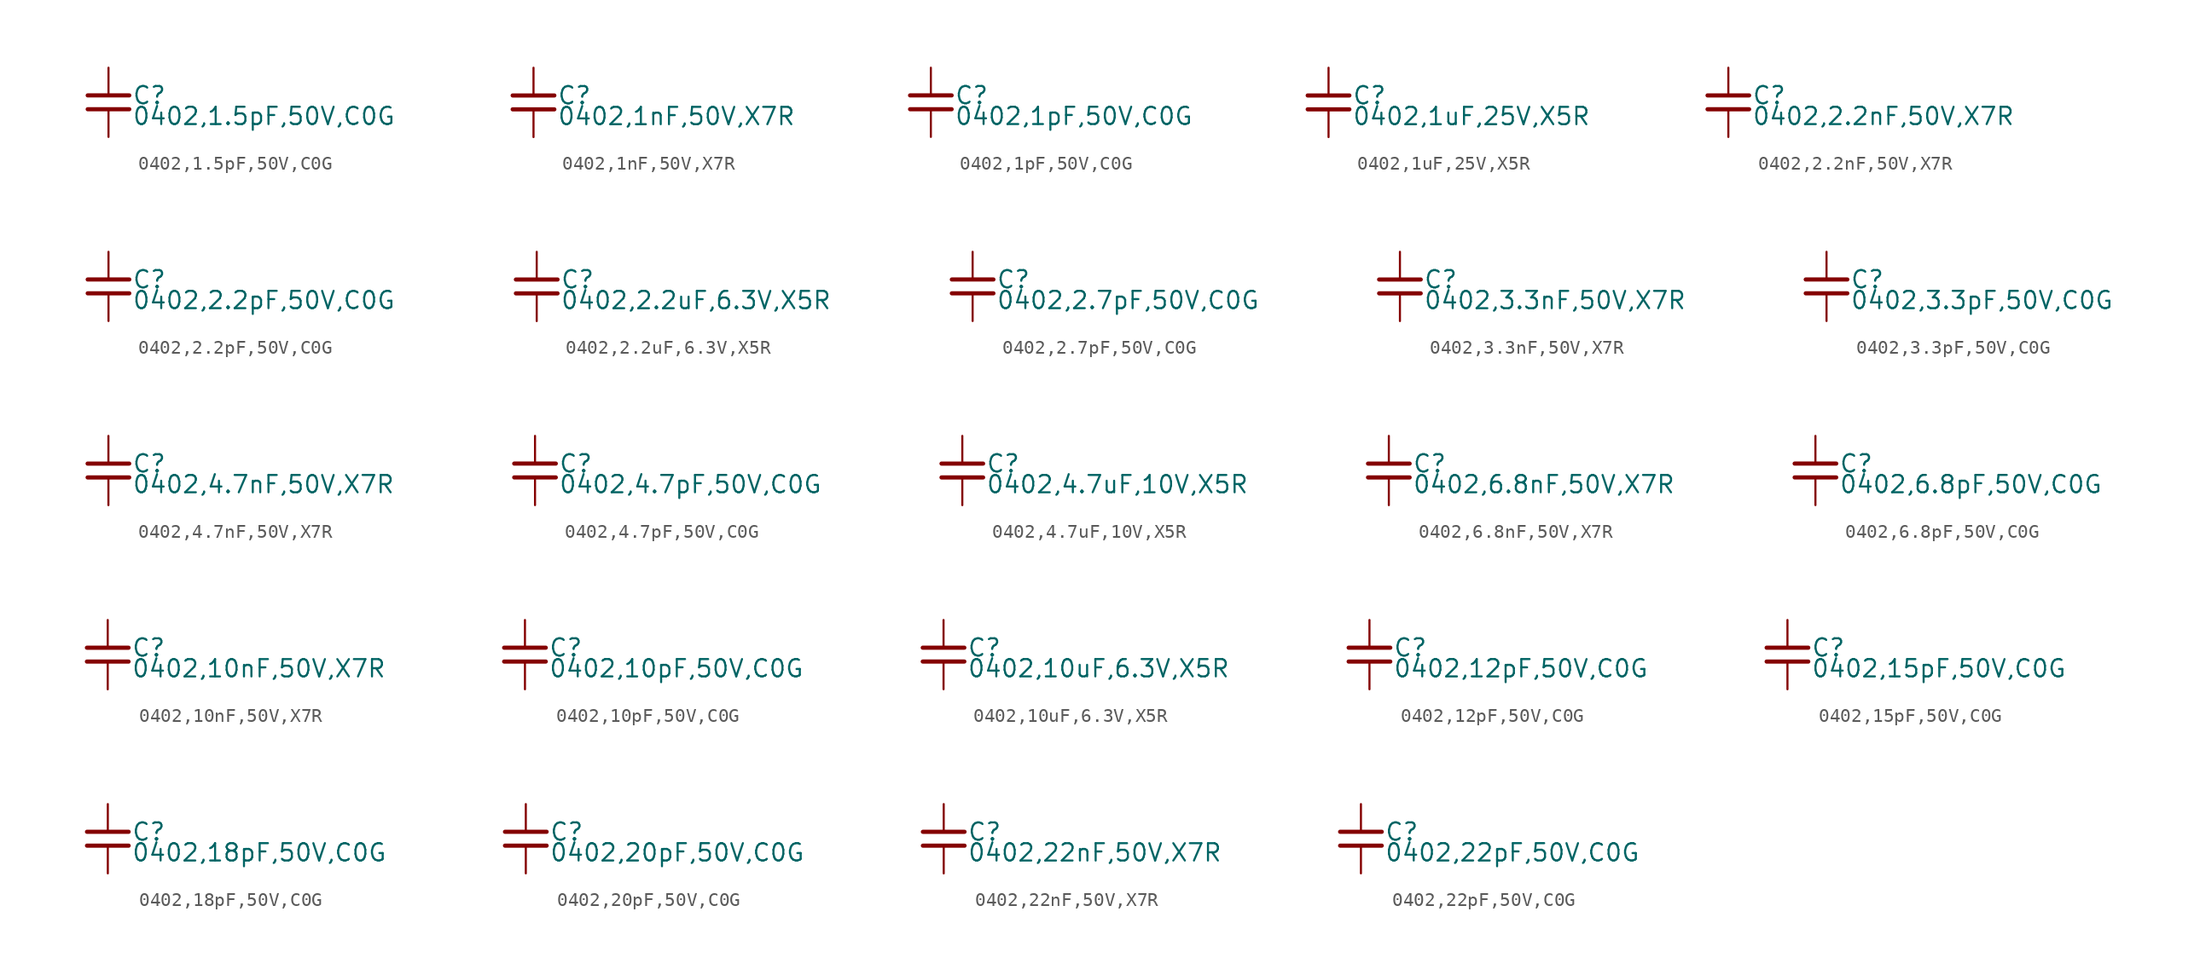
<source format=kicad_sym>
(kicad_symbol_lib
  (version 20220914)
  (generator kicad_symbol_editor)
  (symbol "0402,1.5pF,50V,C0G "
    (property "Reference" "C"
      (at 1.71 0.508 0)
      (effects (font (size 1.27 1.27)) (justify left)))
    (property "Value" "0402,1.5pF,50V,C0G "
      (at 1.71 -1.016 0)
      (effects (font (size 1.27 1.27)) (justify left)))
    (symbol "0402,1.5pF,50V,C0G _0_0"
      (polyline (pts (xy -1.524 -0.508) (xy 1.524 -0.508)) (stroke (width 0.305) (type default)) (fill (type none)))
      (polyline (pts (xy -1.524 0.508) (xy 1.524 0.508)) (stroke (width 0.305) (type default)) (fill (type none)))
      (pin passive line (at 0 2.54 270) (length 2.032) (name "~" (effects (font (size 0 0)))) (number "1" (effects (font (size 0 0)))))
      (pin passive line (at 0 -2.54 90) (length 2.032) (name "~" (effects (font (size 0 0)))) (number "2" (effects (font (size 0 0)))))))
  (symbol "0402,1nF,50V,X7R "
    (property "Reference" "C"
      (at 1.71 0.508 0)
      (effects (font (size 1.27 1.27)) (justify left)))
    (property "Value" "0402,1nF,50V,X7R "
      (at 1.71 -1.016 0)
      (effects (font (size 1.27 1.27)) (justify left)))
    (property "ki_locked" ""
      (at 0 0 0)
      (effects (font (size 1.27 1.27))))
    (symbol "0402,1nF,50V,X7R _0_0"
      (polyline (pts (xy -1.524 -0.508) (xy 1.524 -0.508)) (stroke (width 0.305) (type default)) (fill (type none)))
      (polyline (pts (xy -1.524 0.508) (xy 1.524 0.508)) (stroke (width 0.305) (type default)) (fill (type none)))
      (pin passive line (at 0 2.54 270) (length 2.032) (name "~" (effects (font (size 0 0)))) (number "1" (effects (font (size 0 0)))))
      (pin passive line (at 0 -2.54 90) (length 2.032) (name "~" (effects (font (size 0 0)))) (number "2" (effects (font (size 0 0)))))))
  (symbol "0402,1pF,50V,C0G "
    (property "Reference" "C"
      (at 1.71 0.508 0)
      (effects (font (size 1.27 1.27)) (justify left)))
    (property "Value" "0402,1pF,50V,C0G "
      (at 1.71 -1.016 0)
      (effects (font (size 1.27 1.27)) (justify left)))
    (property "ki_locked" ""
      (at 0 0 0)
      (effects (font (size 1.27 1.27))))
    (symbol "0402,1pF,50V,C0G _0_0"
      (polyline (pts (xy -1.524 -0.508) (xy 1.524 -0.508)) (stroke (width 0.305) (type default)) (fill (type none)))
      (polyline (pts (xy -1.524 0.508) (xy 1.524 0.508)) (stroke (width 0.305) (type default)) (fill (type none)))
      (pin passive line (at 0 2.54 270) (length 2.032) (name "~" (effects (font (size 0 0)))) (number "1" (effects (font (size 0 0)))))
      (pin passive line (at 0 -2.54 90) (length 2.032) (name "~" (effects (font (size 0 0)))) (number "2" (effects (font (size 0 0)))))))
  (symbol "0402,1uF,25V,X5R "
    (property "Reference" "C"
      (at 1.71 0.508 0)
      (effects (font (size 1.27 1.27)) (justify left)))
    (property "Value" "0402,1uF,25V,X5R "
      (at 1.71 -1.016 0)
      (effects (font (size 1.27 1.27)) (justify left)))
    (property "ki_locked" ""
      (at 0 0 0)
      (effects (font (size 1.27 1.27))))
    (symbol "0402,1uF,25V,X5R _0_0"
      (polyline (pts (xy -1.524 -0.508) (xy 1.524 -0.508)) (stroke (width 0.305) (type default)) (fill (type none)))
      (polyline (pts (xy -1.524 0.508) (xy 1.524 0.508)) (stroke (width 0.305) (type default)) (fill (type none)))
      (pin passive line (at 0 2.54 270) (length 2.032) (name "~" (effects (font (size 0 0)))) (number "1" (effects (font (size 0 0)))))
      (pin passive line (at 0 -2.54 90) (length 2.032) (name "~" (effects (font (size 0 0)))) (number "2" (effects (font (size 0 0)))))))
  (symbol "0402,2.2nF,50V,X7R "
    (property "Reference" "C"
      (at 1.71 0.508 0)
      (effects (font (size 1.27 1.27)) (justify left)))
    (property "Value" "0402,2.2nF,50V,X7R "
      (at 1.71 -1.016 0)
      (effects (font (size 1.27 1.27)) (justify left)))
    (property "ki_locked" ""
      (at 0 0 0)
      (effects (font (size 1.27 1.27))))
    (symbol "0402,2.2nF,50V,X7R _0_0"
      (polyline (pts (xy -1.524 -0.508) (xy 1.524 -0.508)) (stroke (width 0.305) (type default)) (fill (type none)))
      (polyline (pts (xy -1.524 0.508) (xy 1.524 0.508)) (stroke (width 0.305) (type default)) (fill (type none)))
      (pin passive line (at 0 2.54 270) (length 2.032) (name "~" (effects (font (size 0 0)))) (number "1" (effects (font (size 0 0)))))
      (pin passive line (at 0 -2.54 90) (length 2.032) (name "~" (effects (font (size 0 0)))) (number "2" (effects (font (size 0 0)))))))
  (symbol "0402,2.2pF,50V,C0G "
    (property "Reference" "C"
      (at 1.71 0.508 0)
      (effects (font (size 1.27 1.27)) (justify left)))
    (property "Value" "0402,2.2pF,50V,C0G "
      (at 1.71 -1.016 0)
      (effects (font (size 1.27 1.27)) (justify left)))
    (property "ki_locked" ""
      (at 0 0 0)
      (effects (font (size 1.27 1.27))))
    (symbol "0402,2.2pF,50V,C0G _0_0"
      (polyline (pts (xy -1.524 -0.508) (xy 1.524 -0.508)) (stroke (width 0.305) (type default)) (fill (type none)))
      (polyline (pts (xy -1.524 0.508) (xy 1.524 0.508)) (stroke (width 0.305) (type default)) (fill (type none)))
      (pin passive line (at 0 2.54 270) (length 2.032) (name "~" (effects (font (size 0 0)))) (number "1" (effects (font (size 0 0)))))
      (pin passive line (at 0 -2.54 90) (length 2.032) (name "~" (effects (font (size 0 0)))) (number "2" (effects (font (size 0 0)))))))
  (symbol "0402,2.2uF,6.3V,X5R "
    (property "Reference" "C"
      (at 1.71 0.508 0)
      (effects (font (size 1.27 1.27)) (justify left)))
    (property "Value" "0402,2.2uF,6.3V,X5R "
      (at 1.71 -1.016 0)
      (effects (font (size 1.27 1.27)) (justify left)))
    (property "ki_locked" ""
      (at 0 0 0)
      (effects (font (size 1.27 1.27))))
    (symbol "0402,2.2uF,6.3V,X5R _0_0"
      (polyline (pts (xy -1.524 -0.508) (xy 1.524 -0.508)) (stroke (width 0.305) (type default)) (fill (type none)))
      (polyline (pts (xy -1.524 0.508) (xy 1.524 0.508)) (stroke (width 0.305) (type default)) (fill (type none)))
      (pin passive line (at 0 2.54 270) (length 2.032) (name "~" (effects (font (size 0 0)))) (number "1" (effects (font (size 0 0)))))
      (pin passive line (at 0 -2.54 90) (length 2.032) (name "~" (effects (font (size 0 0)))) (number "2" (effects (font (size 0 0)))))))
  (symbol "0402,2.7pF,50V,C0G "
    (property "Reference" "C"
      (at 1.71 0.508 0)
      (effects (font (size 1.27 1.27)) (justify left)))
    (property "Value" "0402,2.7pF,50V,C0G "
      (at 1.71 -1.016 0)
      (effects (font (size 1.27 1.27)) (justify left)))
    (property "ki_locked" ""
      (at 0 0 0)
      (effects (font (size 1.27 1.27))))
    (symbol "0402,2.7pF,50V,C0G _0_0"
      (polyline (pts (xy -1.524 -0.508) (xy 1.524 -0.508)) (stroke (width 0.305) (type default)) (fill (type none)))
      (polyline (pts (xy -1.524 0.508) (xy 1.524 0.508)) (stroke (width 0.305) (type default)) (fill (type none)))
      (pin passive line (at 0 2.54 270) (length 2.032) (name "~" (effects (font (size 0 0)))) (number "1" (effects (font (size 0 0)))))
      (pin passive line (at 0 -2.54 90) (length 2.032) (name "~" (effects (font (size 0 0)))) (number "2" (effects (font (size 0 0)))))))
  (symbol "0402,3.3nF,50V,X7R "
    (property "Reference" "C"
      (at 1.71 0.508 0)
      (effects (font (size 1.27 1.27)) (justify left)))
    (property "Value" "0402,3.3nF,50V,X7R "
      (at 1.71 -1.016 0)
      (effects (font (size 1.27 1.27)) (justify left)))
    (property "ki_locked" ""
      (at 0 0 0)
      (effects (font (size 1.27 1.27))))
    (symbol "0402,3.3nF,50V,X7R _0_0"
      (polyline (pts (xy -1.524 -0.508) (xy 1.524 -0.508)) (stroke (width 0.305) (type default)) (fill (type none)))
      (polyline (pts (xy -1.524 0.508) (xy 1.524 0.508)) (stroke (width 0.305) (type default)) (fill (type none)))
      (pin passive line (at 0 2.54 270) (length 2.032) (name "~" (effects (font (size 0 0)))) (number "1" (effects (font (size 0 0)))))
      (pin passive line (at 0 -2.54 90) (length 2.032) (name "~" (effects (font (size 0 0)))) (number "2" (effects (font (size 0 0)))))))
  (symbol "0402,3.3pF,50V,C0G "
    (property "Reference" "C"
      (at 1.71 0.508 0)
      (effects (font (size 1.27 1.27)) (justify left)))
    (property "Value" "0402,3.3pF,50V,C0G "
      (at 1.71 -1.016 0)
      (effects (font (size 1.27 1.27)) (justify left)))
    (property "ki_locked" ""
      (at 0 0 0)
      (effects (font (size 1.27 1.27))))
    (symbol "0402,3.3pF,50V,C0G _0_0"
      (polyline (pts (xy -1.524 -0.508) (xy 1.524 -0.508)) (stroke (width 0.305) (type default)) (fill (type none)))
      (polyline (pts (xy -1.524 0.508) (xy 1.524 0.508)) (stroke (width 0.305) (type default)) (fill (type none)))
      (pin passive line (at 0 2.54 270) (length 2.032) (name "~" (effects (font (size 0 0)))) (number "1" (effects (font (size 0 0)))))
      (pin passive line (at 0 -2.54 90) (length 2.032) (name "~" (effects (font (size 0 0)))) (number "2" (effects (font (size 0 0)))))))
  (symbol "0402,4.7nF,50V,X7R "
    (property "Reference" "C"
      (at 1.71 0.508 0)
      (effects (font (size 1.27 1.27)) (justify left)))
    (property "Value" "0402,4.7nF,50V,X7R "
      (at 1.71 -1.016 0)
      (effects (font (size 1.27 1.27)) (justify left)))
    (property "ki_locked" ""
      (at 0 0 0)
      (effects (font (size 1.27 1.27))))
    (symbol "0402,4.7nF,50V,X7R _0_0"
      (polyline (pts (xy -1.524 -0.508) (xy 1.524 -0.508)) (stroke (width 0.305) (type default)) (fill (type none)))
      (polyline (pts (xy -1.524 0.508) (xy 1.524 0.508)) (stroke (width 0.305) (type default)) (fill (type none)))
      (pin passive line (at 0 2.54 270) (length 2.032) (name "~" (effects (font (size 0 0)))) (number "1" (effects (font (size 0 0)))))
      (pin passive line (at 0 -2.54 90) (length 2.032) (name "~" (effects (font (size 0 0)))) (number "2" (effects (font (size 0 0)))))))
  (symbol "0402,4.7pF,50V,C0G "
    (property "Reference" "C"
      (at 1.71 0.508 0)
      (effects (font (size 1.27 1.27)) (justify left)))
    (property "Value" "0402,4.7pF,50V,C0G "
      (at 1.71 -1.016 0)
      (effects (font (size 1.27 1.27)) (justify left)))
    (property "ki_locked" ""
      (at 0 0 0)
      (effects (font (size 1.27 1.27))))
    (symbol "0402,4.7pF,50V,C0G _0_0"
      (polyline (pts (xy -1.524 -0.508) (xy 1.524 -0.508)) (stroke (width 0.305) (type default)) (fill (type none)))
      (polyline (pts (xy -1.524 0.508) (xy 1.524 0.508)) (stroke (width 0.305) (type default)) (fill (type none)))
      (pin passive line (at 0 2.54 270) (length 2.032) (name "~" (effects (font (size 0 0)))) (number "1" (effects (font (size 0 0)))))
      (pin passive line (at 0 -2.54 90) (length 2.032) (name "~" (effects (font (size 0 0)))) (number "2" (effects (font (size 0 0)))))))
  (symbol "0402,4.7uF,10V,X5R "
    (property "Reference" "C"
      (at 1.71 0.508 0)
      (effects (font (size 1.27 1.27)) (justify left)))
    (property "Value" "0402,4.7uF,10V,X5R "
      (at 1.71 -1.016 0)
      (effects (font (size 1.27 1.27)) (justify left)))
    (property "ki_locked" ""
      (at 0 0 0)
      (effects (font (size 1.27 1.27))))
    (symbol "0402,4.7uF,10V,X5R _0_0"
      (polyline (pts (xy -1.524 -0.508) (xy 1.524 -0.508)) (stroke (width 0.305) (type default)) (fill (type none)))
      (polyline (pts (xy -1.524 0.508) (xy 1.524 0.508)) (stroke (width 0.305) (type default)) (fill (type none)))
      (pin passive line (at 0 2.54 270) (length 2.032) (name "~" (effects (font (size 0 0)))) (number "1" (effects (font (size 0 0)))))
      (pin passive line (at 0 -2.54 90) (length 2.032) (name "~" (effects (font (size 0 0)))) (number "2" (effects (font (size 0 0)))))))
  (symbol "0402,6.8nF,50V,X7R "
    (property "Reference" "C"
      (at 1.71 0.508 0)
      (effects (font (size 1.27 1.27)) (justify left)))
    (property "Value" "0402,6.8nF,50V,X7R "
      (at 1.71 -1.016 0)
      (effects (font (size 1.27 1.27)) (justify left)))
    (property "ki_locked" ""
      (at 0 0 0)
      (effects (font (size 1.27 1.27))))
    (symbol "0402,6.8nF,50V,X7R _0_0"
      (polyline (pts (xy -1.524 -0.508) (xy 1.524 -0.508)) (stroke (width 0.305) (type default)) (fill (type none)))
      (polyline (pts (xy -1.524 0.508) (xy 1.524 0.508)) (stroke (width 0.305) (type default)) (fill (type none)))
      (pin passive line (at 0 2.54 270) (length 2.032) (name "~" (effects (font (size 0 0)))) (number "1" (effects (font (size 0 0)))))
      (pin passive line (at 0 -2.54 90) (length 2.032) (name "~" (effects (font (size 0 0)))) (number "2" (effects (font (size 0 0)))))))
  (symbol "0402,6.8pF,50V,C0G "
    (property "Reference" "C"
      (at 1.71 0.508 0)
      (effects (font (size 1.27 1.27)) (justify left)))
    (property "Value" "0402,6.8pF,50V,C0G "
      (at 1.71 -1.016 0)
      (effects (font (size 1.27 1.27)) (justify left)))
    (property "ki_locked" ""
      (at 0 0 0)
      (effects (font (size 1.27 1.27))))
    (symbol "0402,6.8pF,50V,C0G _0_0"
      (polyline (pts (xy -1.524 -0.508) (xy 1.524 -0.508)) (stroke (width 0.305) (type default)) (fill (type none)))
      (polyline (pts (xy -1.524 0.508) (xy 1.524 0.508)) (stroke (width 0.305) (type default)) (fill (type none)))
      (pin passive line (at 0 2.54 270) (length 2.032) (name "~" (effects (font (size 0 0)))) (number "1" (effects (font (size 0 0)))))
      (pin passive line (at 0 -2.54 90) (length 2.032) (name "~" (effects (font (size 0 0)))) (number "2" (effects (font (size 0 0)))))))
  (symbol "0402,10nF,50V,X7R "
    (property "Reference" "C"
      (at 1.71 0.508 0)
      (effects (font (size 1.27 1.27)) (justify left)))
    (property "Value" "0402,10nF,50V,X7R "
      (at 1.71 -1.016 0)
      (effects (font (size 1.27 1.27)) (justify left)))
    (property "ki_locked" ""
      (at 0 0 0)
      (effects (font (size 1.27 1.27))))
    (symbol "0402,10nF,50V,X7R _0_0"
      (polyline (pts (xy -1.524 -0.508) (xy 1.524 -0.508)) (stroke (width 0.305) (type default)) (fill (type none)))
      (polyline (pts (xy -1.524 0.508) (xy 1.524 0.508)) (stroke (width 0.305) (type default)) (fill (type none)))
      (pin passive line (at 0 2.54 270) (length 2.032) (name "~" (effects (font (size 0 0)))) (number "1" (effects (font (size 0 0)))))
      (pin passive line (at 0 -2.54 90) (length 2.032) (name "~" (effects (font (size 0 0)))) (number "2" (effects (font (size 0 0)))))))
  (symbol "0402,10pF,50V,C0G "
    (property "Reference" "C"
      (at 1.71 0.508 0)
      (effects (font (size 1.27 1.27)) (justify left)))
    (property "Value" "0402,10pF,50V,C0G "
      (at 1.71 -1.016 0)
      (effects (font (size 1.27 1.27)) (justify left)))
    (property "ki_locked" ""
      (at 0 0 0)
      (effects (font (size 1.27 1.27))))
    (symbol "0402,10pF,50V,C0G _0_0"
      (polyline (pts (xy -1.524 -0.508) (xy 1.524 -0.508)) (stroke (width 0.305) (type default)) (fill (type none)))
      (polyline (pts (xy -1.524 0.508) (xy 1.524 0.508)) (stroke (width 0.305) (type default)) (fill (type none)))
      (pin passive line (at 0 2.54 270) (length 2.032) (name "~" (effects (font (size 0 0)))) (number "1" (effects (font (size 0 0)))))
      (pin passive line (at 0 -2.54 90) (length 2.032) (name "~" (effects (font (size 0 0)))) (number "2" (effects (font (size 0 0)))))))
  (symbol "0402,10uF,6.3V,X5R "
    (property "Reference" "C"
      (at 1.71 0.508 0)
      (effects (font (size 1.27 1.27)) (justify left)))
    (property "Value" "0402,10uF,6.3V,X5R "
      (at 1.71 -1.016 0)
      (effects (font (size 1.27 1.27)) (justify left)))
    (property "ki_locked" ""
      (at 0 0 0)
      (effects (font (size 1.27 1.27))))
    (symbol "0402,10uF,6.3V,X5R _0_0"
      (polyline (pts (xy -1.524 -0.508) (xy 1.524 -0.508)) (stroke (width 0.305) (type default)) (fill (type none)))
      (polyline (pts (xy -1.524 0.508) (xy 1.524 0.508)) (stroke (width 0.305) (type default)) (fill (type none)))
      (pin passive line (at 0 2.54 270) (length 2.032) (name "~" (effects (font (size 0 0)))) (number "1" (effects (font (size 0 0)))))
      (pin passive line (at 0 -2.54 90) (length 2.032) (name "~" (effects (font (size 0 0)))) (number "2" (effects (font (size 0 0)))))))
  (symbol "0402,12pF,50V,C0G "
    (property "Reference" "C"
      (at 1.71 0.508 0)
      (effects (font (size 1.27 1.27)) (justify left)))
    (property "Value" "0402,12pF,50V,C0G "
      (at 1.71 -1.016 0)
      (effects (font (size 1.27 1.27)) (justify left)))
    (property "ki_locked" ""
      (at 0 0 0)
      (effects (font (size 1.27 1.27))))
    (symbol "0402,12pF,50V,C0G _0_0"
      (polyline (pts (xy -1.524 -0.508) (xy 1.524 -0.508)) (stroke (width 0.305) (type default)) (fill (type none)))
      (polyline (pts (xy -1.524 0.508) (xy 1.524 0.508)) (stroke (width 0.305) (type default)) (fill (type none)))
      (pin passive line (at 0 2.54 270) (length 2.032) (name "~" (effects (font (size 0 0)))) (number "1" (effects (font (size 0 0)))))
      (pin passive line (at 0 -2.54 90) (length 2.032) (name "~" (effects (font (size 0 0)))) (number "2" (effects (font (size 0 0)))))))
  (symbol "0402,15pF,50V,C0G "
    (property "Reference" "C"
      (at 1.71 0.508 0)
      (effects (font (size 1.27 1.27)) (justify left)))
    (property "Value" "0402,15pF,50V,C0G "
      (at 1.71 -1.016 0)
      (effects (font (size 1.27 1.27)) (justify left)))
    (property "ki_locked" ""
      (at 0 0 0)
      (effects (font (size 1.27 1.27))))
    (symbol "0402,15pF,50V,C0G _0_0"
      (polyline (pts (xy -1.524 -0.508) (xy 1.524 -0.508)) (stroke (width 0.305) (type default)) (fill (type none)))
      (polyline (pts (xy -1.524 0.508) (xy 1.524 0.508)) (stroke (width 0.305) (type default)) (fill (type none)))
      (pin passive line (at 0 2.54 270) (length 2.032) (name "~" (effects (font (size 0 0)))) (number "1" (effects (font (size 0 0)))))
      (pin passive line (at 0 -2.54 90) (length 2.032) (name "~" (effects (font (size 0 0)))) (number "2" (effects (font (size 0 0)))))))
  (symbol "0402,18pF,50V,C0G "
    (property "Reference" "C"
      (at 1.71 0.508 0)
      (effects (font (size 1.27 1.27)) (justify left)))
    (property "Value" "0402,18pF,50V,C0G "
      (at 1.71 -1.016 0)
      (effects (font (size 1.27 1.27)) (justify left)))
    (property "ki_locked" ""
      (at 0 0 0)
      (effects (font (size 1.27 1.27))))
    (symbol "0402,18pF,50V,C0G _0_0"
      (polyline (pts (xy -1.524 -0.508) (xy 1.524 -0.508)) (stroke (width 0.305) (type default)) (fill (type none)))
      (polyline (pts (xy -1.524 0.508) (xy 1.524 0.508)) (stroke (width 0.305) (type default)) (fill (type none)))
      (pin passive line (at 0 2.54 270) (length 2.032) (name "~" (effects (font (size 0 0)))) (number "1" (effects (font (size 0 0)))))
      (pin passive line (at 0 -2.54 90) (length 2.032) (name "~" (effects (font (size 0 0)))) (number "2" (effects (font (size 0 0)))))))
  (symbol "0402,20pF,50V,C0G "
    (property "Reference" "C"
      (at 1.71 0.508 0)
      (effects (font (size 1.27 1.27)) (justify left)))
    (property "Value" "0402,20pF,50V,C0G "
      (at 1.71 -1.016 0)
      (effects (font (size 1.27 1.27)) (justify left)))
    (property "ki_locked" ""
      (at 0 0 0)
      (effects (font (size 1.27 1.27))))
    (symbol "0402,20pF,50V,C0G _0_0"
      (polyline (pts (xy -1.524 -0.508) (xy 1.524 -0.508)) (stroke (width 0.305) (type default)) (fill (type none)))
      (polyline (pts (xy -1.524 0.508) (xy 1.524 0.508)) (stroke (width 0.305) (type default)) (fill (type none)))
      (pin passive line (at 0 2.54 270) (length 2.032) (name "~" (effects (font (size 0 0)))) (number "1" (effects (font (size 0 0)))))
      (pin passive line (at 0 -2.54 90) (length 2.032) (name "~" (effects (font (size 0 0)))) (number "2" (effects (font (size 0 0)))))))
  (symbol "0402,22nF,50V,X7R "
    (property "Reference" "C"
      (at 1.71 0.508 0)
      (effects (font (size 1.27 1.27)) (justify left)))
    (property "Value" "0402,22nF,50V,X7R "
      (at 1.71 -1.016 0)
      (effects (font (size 1.27 1.27)) (justify left)))
    (property "ki_locked" ""
      (at 0 0 0)
      (effects (font (size 1.27 1.27))))
    (symbol "0402,22nF,50V,X7R _0_0"
      (polyline (pts (xy -1.524 -0.508) (xy 1.524 -0.508)) (stroke (width 0.305) (type default)) (fill (type none)))
      (polyline (pts (xy -1.524 0.508) (xy 1.524 0.508)) (stroke (width 0.305) (type default)) (fill (type none)))
      (pin passive line (at 0 2.54 270) (length 2.032) (name "~" (effects (font (size 0 0)))) (number "1" (effects (font (size 0 0)))))
      (pin passive line (at 0 -2.54 90) (length 2.032) (name "~" (effects (font (size 0 0)))) (number "2" (effects (font (size 0 0)))))))
  (symbol "0402,22pF,50V,C0G "
    (property "Reference" "C"
      (at 1.71 0.508 0)
      (effects (font (size 1.27 1.27)) (justify left)))
    (property "Value" "0402,22pF,50V,C0G "
      (at 1.71 -1.016 0)
      (effects (font (size 1.27 1.27)) (justify left)))
    (property "ki_locked" ""
      (at 0 0 0)
      (effects (font (size 1.27 1.27))))
    (symbol "0402,22pF,50V,C0G _0_0"
      (polyline (pts (xy -1.524 -0.508) (xy 1.524 -0.508)) (stroke (width 0.305) (type default)) (fill (type none)))
      (polyline (pts (xy -1.524 0.508) (xy 1.524 0.508)) (stroke (width 0.305) (type default)) (fill (type none)))
      (pin passive line (at 0 2.54 270) (length 2.032) (name "~" (effects (font (size 0 0)))) (number "1" (effects (font (size 0 0)))))
      (pin passive line (at 0 -2.54 90) (length 2.032) (name "~" (effects (font (size 0 0)))) (number "2" (effects (font (size 0 0))))))))
</source>
